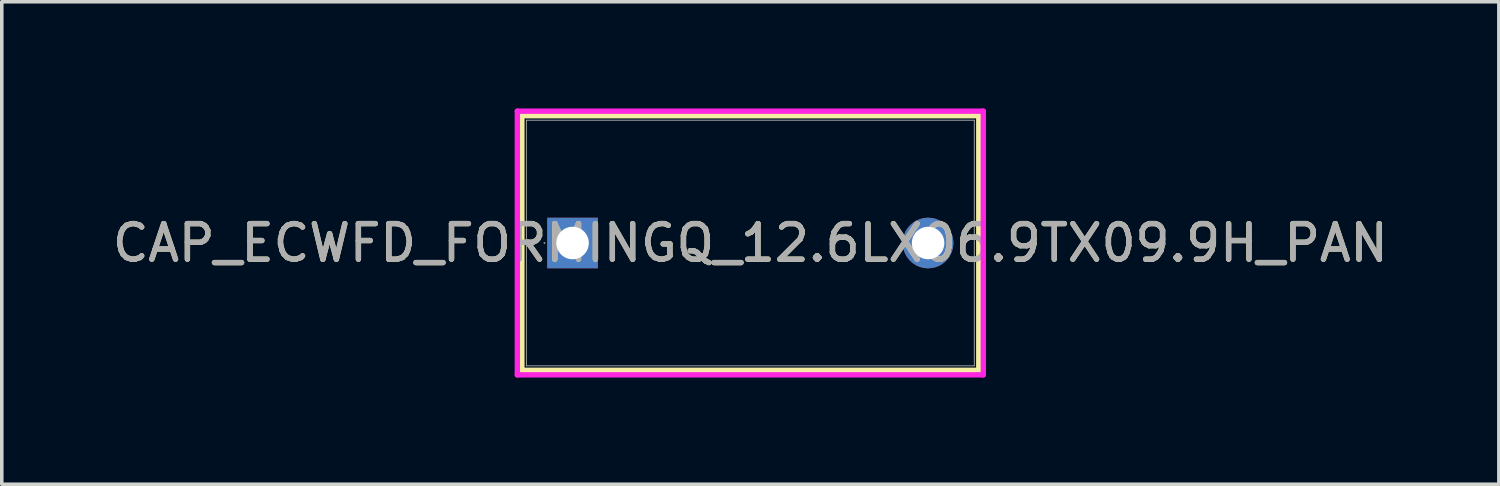
<source format=kicad_pcb>
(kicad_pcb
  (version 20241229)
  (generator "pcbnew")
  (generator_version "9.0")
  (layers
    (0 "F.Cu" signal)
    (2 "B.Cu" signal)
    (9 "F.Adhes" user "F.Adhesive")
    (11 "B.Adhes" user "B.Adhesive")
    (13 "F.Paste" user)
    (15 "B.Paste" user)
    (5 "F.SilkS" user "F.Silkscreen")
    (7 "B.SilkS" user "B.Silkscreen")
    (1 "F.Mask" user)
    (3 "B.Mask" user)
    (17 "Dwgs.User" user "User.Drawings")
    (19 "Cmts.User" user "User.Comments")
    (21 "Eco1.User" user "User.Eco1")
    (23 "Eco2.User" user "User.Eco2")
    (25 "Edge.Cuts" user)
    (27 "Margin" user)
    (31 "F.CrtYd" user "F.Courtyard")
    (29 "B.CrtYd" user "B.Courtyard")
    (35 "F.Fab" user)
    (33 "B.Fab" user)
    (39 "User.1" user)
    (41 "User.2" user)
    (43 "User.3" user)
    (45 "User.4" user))
  (footprint "CAP_ECWFD_FORMINGQ_12.6LX06.9TX09.9H_PAN"
    (layer "F.Cu")
    (at 13.054 3.785)
    (property "Reference" "CAP_ECWFD_FORMINGQ_12.6LX06.9TX09.9H_PAN" (at 5 0 0) (unlocked yes) (layer "F.SilkS") (effects (font (size 1 1) (thickness 0.15))))
    (attr through_hole)
    (fp_line (start -1.426 -3.581) (end -1.426 3.581) (stroke (width 0.152) (type solid)) (layer "F.SilkS"))
    (fp_line (start 11.426 -3.581) (end -1.426 -3.581) (stroke (width 0.152) (type solid)) (layer "F.SilkS"))
    (fp_line (start 11.426 -3.581) (end 11.426 3.581) (stroke (width 0.152) (type solid)) (layer "F.SilkS"))
    (fp_line (start 11.426 3.581) (end -1.426 3.581) (stroke (width 0.152) (type solid)) (layer "F.SilkS"))
    (fp_line (start -1.553 -3.708) (end 11.553 -3.708) (stroke (width 0.152) (type solid)) (layer "F.CrtYd"))
    (fp_line (start -1.553 3.708) (end -1.553 -3.708) (stroke (width 0.152) (type solid)) (layer "F.CrtYd"))
    (fp_line (start 11.553 -3.708) (end 11.553 3.708) (stroke (width 0.152) (type solid)) (layer "F.CrtYd"))
    (fp_line (start 11.553 3.708) (end -1.553 3.708) (stroke (width 0.152) (type solid)) (layer "F.CrtYd"))
    (fp_line (start -1.299 -3.454) (end -1.299 3.454) (stroke (width 0.025) (type solid)) (layer "F.Fab"))
    (fp_line (start 11.299 -3.454) (end -1.299 -3.454) (stroke (width 0.025) (type solid)) (layer "F.Fab"))
    (fp_line (start 11.299 -3.454) (end 11.299 3.454) (stroke (width 0.025) (type solid)) (layer "F.Fab"))
    (fp_line (start 11.299 3.454) (end -1.299 3.454) (stroke (width 0.025) (type solid)) (layer "F.Fab"))
    (fp_circle (center -0.791 0) (end -0.791 0) (stroke (width 0.025) (type solid)) (fill no) (layer "F.Fab"))
    (fp_text user "${REFERENCE}" (at 5 0 0) (unlocked yes) (layer "F.Fab") (effects (font (size 1 1) (thickness 0.15))))
    (pad "1" thru_hole rect (at 0 0) (size 1.422 1.422) (drill 0.914) (layers "*.Cu" "*.Mask"))
    (pad "2" thru_hole circle (at 10 0) (size 1.422 1.422) (drill 0.914) (layers "*.Cu" "*.Mask")))
  (gr_rect
    (start -3 -3)
    (end 39.107 10.569)
    (stroke (width 0.1) (type default))
    (fill no)
    (layer "Edge.Cuts")))
</source>
